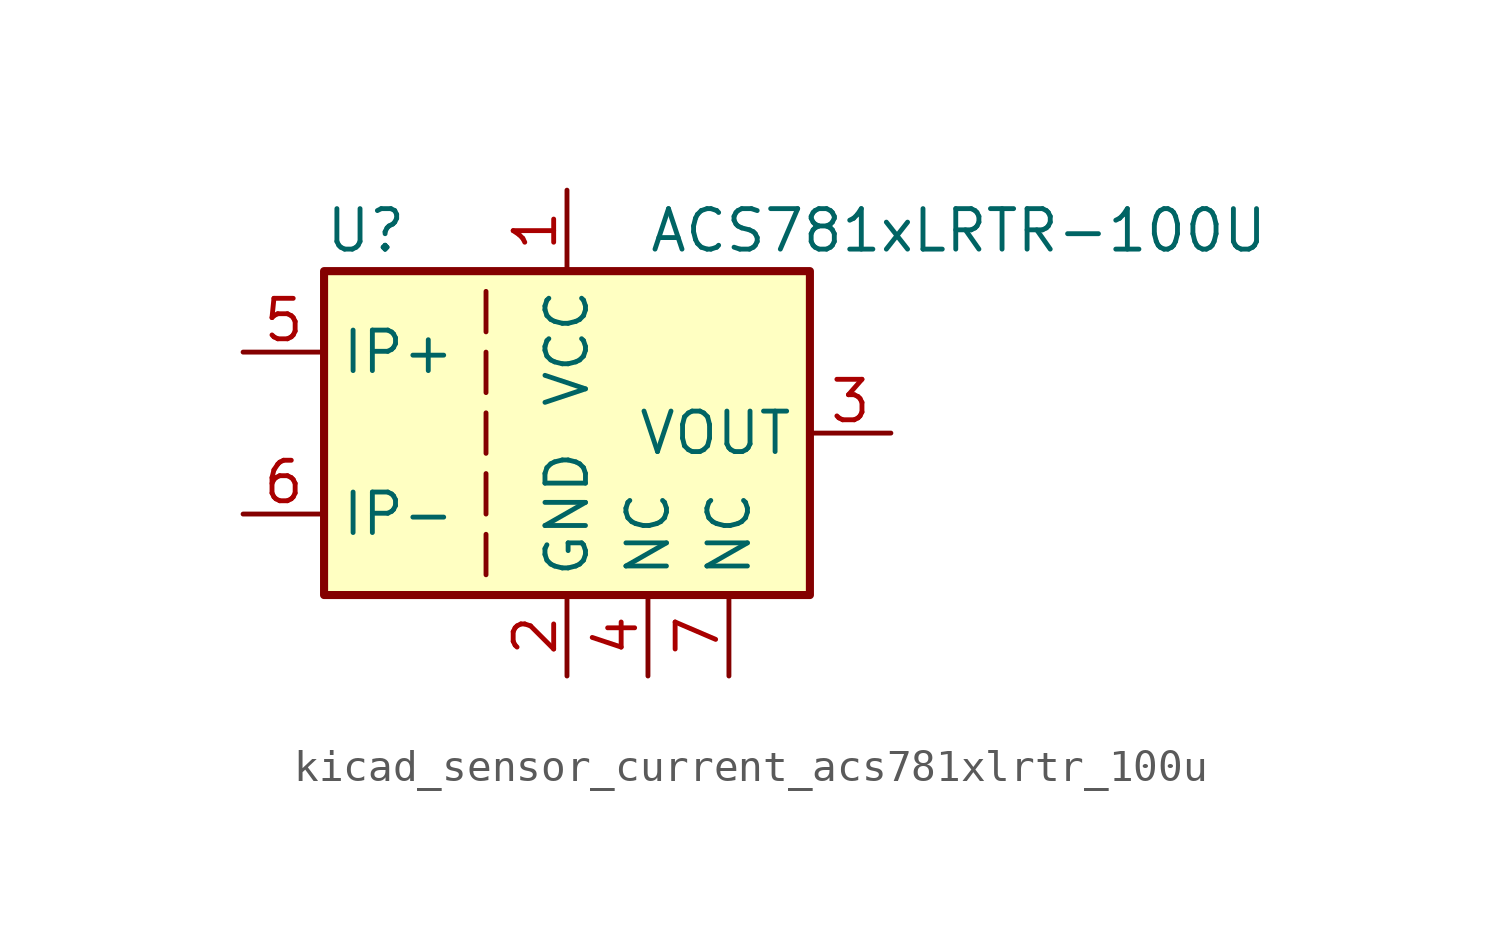
<source format=kicad_sym>
(kicad_symbol_lib
  (version 20220914)
  (generator kicad_symbol_editor)
  (symbol "kicad_sensor_current_acs781xlrtr_100u"
    (property "Reference" "U"
      (at -7.62 6.35 0)
      (effects (font (size 1.27 1.27)) (justify left)))
    (property "Value" "ACS781xLRTR-100U"
      (at 2.54 6.35 0)
      (effects (font (size 1.27 1.27)) (justify left)))
    (symbol "kicad_sensor_current_acs781xlrtr_100u_0_1"
      (rectangle (start -7.62 5.08) (end 7.62 -5.08) (stroke (width 0.254) (type default)) (fill (type background)))
      (polyline (pts (xy -2.54 -3.175) (xy -2.54 -4.445)) (stroke (width 0) (type default)) (fill (type none)))
      (polyline (pts (xy -2.54 -1.27) (xy -2.54 -2.54)) (stroke (width 0) (type default)) (fill (type none)))
      (polyline (pts (xy -2.54 0.635) (xy -2.54 -0.635)) (stroke (width 0) (type default)) (fill (type none)))
      (polyline (pts (xy -2.54 1.27) (xy -2.54 2.54)) (stroke (width 0) (type default)) (fill (type none)))
      (polyline (pts (xy -2.54 3.175) (xy -2.54 4.445)) (stroke (width 0) (type default)) (fill (type none))))
    (symbol "kicad_sensor_current_acs781xlrtr_100u_1_1"
      (pin power_in line (at 0 7.62 270) (length 2.54) (name "VCC" (effects (font (size 1.27 1.27)))) (number "1" (effects (font (size 1.27 1.27)))))
      (pin power_in line (at 0 -7.62 90) (length 2.54) (name "GND" (effects (font (size 1.27 1.27)))) (number "2" (effects (font (size 1.27 1.27)))))
      (pin output line (at 10.16 0 180) (length 2.54) (name "VOUT" (effects (font (size 1.27 1.27)))) (number "3" (effects (font (size 1.27 1.27)))))
      (pin passive line (at 2.54 -7.62 90) (length 2.54) (name "NC" (effects (font (size 1.27 1.27)))) (number "4" (effects (font (size 1.27 1.27)))))
      (pin passive line (at -10.16 2.54 0) (length 2.54) (name "IP+" (effects (font (size 1.27 1.27)))) (number "5" (effects (font (size 1.27 1.27)))))
      (pin passive line (at -10.16 -2.54 0) (length 2.54) (name "IP-" (effects (font (size 1.27 1.27)))) (number "6" (effects (font (size 1.27 1.27)))))
      (pin passive line (at 5.08 -7.62 90) (length 2.54) (name "NC" (effects (font (size 1.27 1.27)))) (number "7" (effects (font (size 1.27 1.27))))))))
</source>
